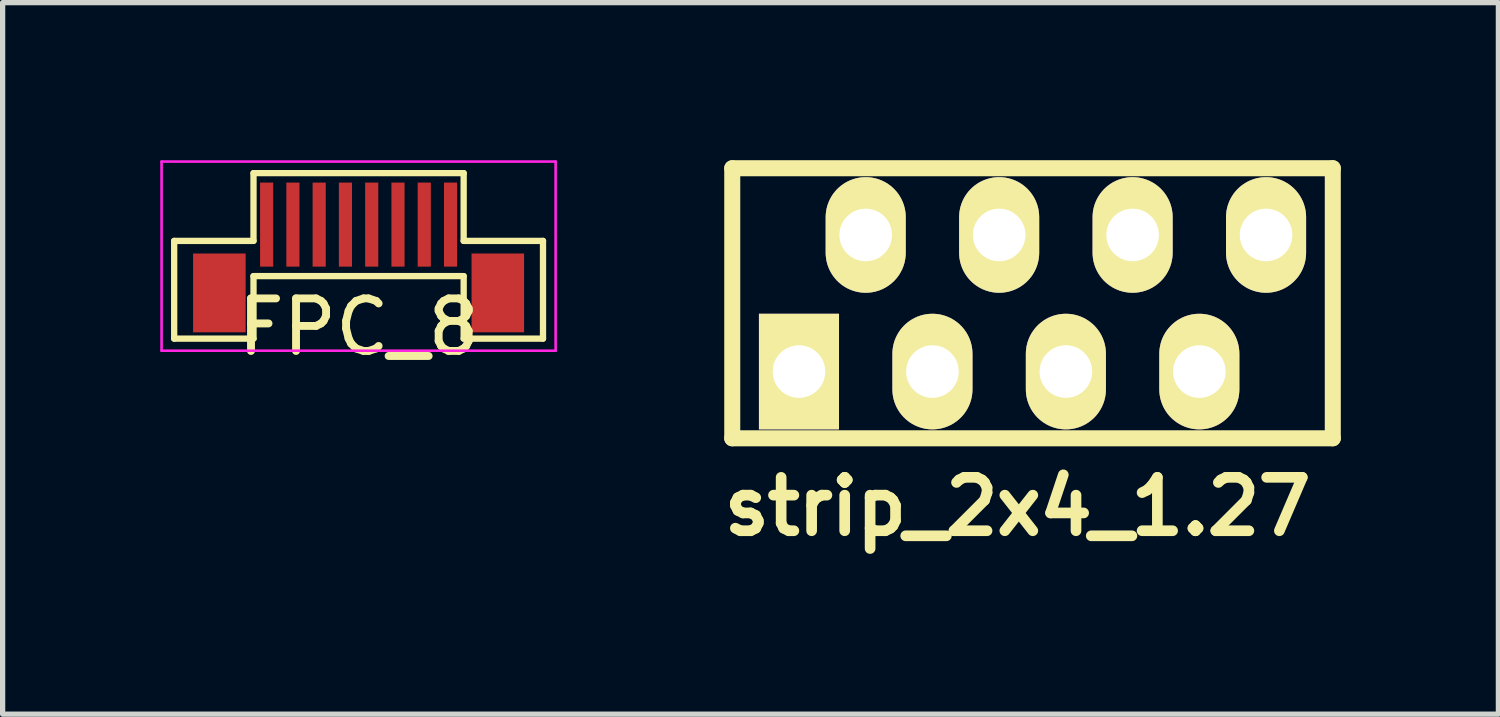
<source format=kicad_pcb>
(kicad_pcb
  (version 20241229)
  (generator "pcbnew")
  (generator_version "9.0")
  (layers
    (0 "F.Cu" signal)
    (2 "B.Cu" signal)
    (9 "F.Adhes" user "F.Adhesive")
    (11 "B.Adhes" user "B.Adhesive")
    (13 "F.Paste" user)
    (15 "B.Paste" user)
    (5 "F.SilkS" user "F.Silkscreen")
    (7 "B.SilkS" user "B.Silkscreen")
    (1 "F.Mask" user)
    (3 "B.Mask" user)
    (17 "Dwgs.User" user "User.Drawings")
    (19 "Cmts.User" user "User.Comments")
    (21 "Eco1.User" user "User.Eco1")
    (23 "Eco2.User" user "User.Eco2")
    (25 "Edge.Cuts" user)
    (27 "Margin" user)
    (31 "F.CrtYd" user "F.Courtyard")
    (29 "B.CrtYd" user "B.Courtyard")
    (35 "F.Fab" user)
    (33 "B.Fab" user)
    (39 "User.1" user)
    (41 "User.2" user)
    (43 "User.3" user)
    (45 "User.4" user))
  (footprint "strip_2x4_1.27"
    (layer "F.Cu")
    (at 12.157 4.022)
    (property "Reference" "strip_2x4_1.27" (at 4.16 2.57 0) (layer "F.SilkS") (effects (font (size 1.016 1.016) (thickness 0.203))))
    (attr through_hole)
    (fp_line (start -1.27 -3.87) (end 10.16 -3.87) (stroke (width 0.305) (type solid)) (layer "F.SilkS"))
    (fp_line (start -1.27 1.27) (end -1.27 -3.87) (stroke (width 0.305) (type solid)) (layer "F.SilkS"))
    (fp_line (start 10.16 -3.87) (end 10.16 1.27) (stroke (width 0.305) (type solid)) (layer "F.SilkS"))
    (fp_line (start 10.16 1.27) (end -1.27 1.27) (stroke (width 0.305) (type solid)) (layer "F.SilkS"))
    (pad "1" thru_hole rect (at 0 0) (size 1.524 2.2) (drill 1.001) (layers "*.Cu" "*.Mask" "F.SilkS"))
    (pad "2" thru_hole oval (at 1.27 -2.6) (size 1.524 2.2) (drill 1.001) (layers "*.Cu" "*.Mask" "F.SilkS"))
    (pad "3" thru_hole oval (at 2.54 0) (size 1.524 2.2) (drill 1.001) (layers "*.Cu" "*.Mask" "F.SilkS"))
    (pad "4" thru_hole oval (at 3.81 -2.6) (size 1.524 2.2) (drill 1.001) (layers "*.Cu" "*.Mask" "F.SilkS"))
    (pad "5" thru_hole oval (at 5.08 0) (size 1.524 2.2) (drill 1.001) (layers "*.Cu" "*.Mask" "F.SilkS"))
    (pad "6" thru_hole oval (at 6.35 -2.6) (size 1.524 2.2) (drill 1.001) (layers "*.Cu" "*.Mask" "F.SilkS"))
    (pad "7" thru_hole oval (at 7.62 0) (size 1.524 2.2) (drill 1.001) (layers "*.Cu" "*.Mask" "F.SilkS"))
    (pad "8" thru_hole oval (at 8.89 -2.6) (size 1.524 2.2) (drill 1.001) (layers "*.Cu" "*.Mask" "F.SilkS")))
  (footprint "FPC_8"
    (layer "F.Cu")
    (at 3.775 1.225)
    (property "Reference" "FPC_8" (at 0 1.95 0) (layer "F.SilkS") (effects (font (size 1 1) (thickness 0.15))))
    (attr smd)
    (fp_line (start -3.51 0.31) (end -2 0.31) (stroke (width 0.12) (type solid)) (layer "F.SilkS"))
    (fp_line (start -3.51 2.17) (end -3.51 0.31) (stroke (width 0.12) (type solid)) (layer "F.SilkS"))
    (fp_line (start -2 -0.98) (end 2 -0.98) (stroke (width 0.12) (type solid)) (layer "F.SilkS"))
    (fp_line (start -2 0.31) (end -2 -0.98) (stroke (width 0.12) (type solid)) (layer "F.SilkS"))
    (fp_line (start -2 0.98) (end -2 2.17) (stroke (width 0.12) (type solid)) (layer "F.SilkS"))
    (fp_line (start -2 0.98) (end 2 0.98) (stroke (width 0.12) (type solid)) (layer "F.SilkS"))
    (fp_line (start -2 2.17) (end -3.51 2.17) (stroke (width 0.12) (type solid)) (layer "F.SilkS"))
    (fp_line (start 2 0.31) (end 2 -0.98) (stroke (width 0.12) (type solid)) (layer "F.SilkS"))
    (fp_line (start 2 0.98) (end 2 2.17) (stroke (width 0.12) (type solid)) (layer "F.SilkS"))
    (fp_line (start 2 2.17) (end 3.51 2.17) (stroke (width 0.12) (type solid)) (layer "F.SilkS"))
    (fp_line (start 3.51 0.31) (end 2 0.31) (stroke (width 0.12) (type solid)) (layer "F.SilkS"))
    (fp_line (start 3.51 2.17) (end 3.51 0.31) (stroke (width 0.12) (type solid)) (layer "F.SilkS"))
    (fp_line (start -3.75 -1.2) (end -3.75 2.4) (stroke (width 0.05) (type solid)) (layer "F.CrtYd"))
    (fp_line (start -3.75 -1.2) (end 3.75 -1.2) (stroke (width 0.05) (type solid)) (layer "F.CrtYd"))
    (fp_line (start -3.75 2.4) (end 3.75 2.4) (stroke (width 0.05) (type solid)) (layer "F.CrtYd"))
    (fp_line (start 3.75 -1.2) (end 3.75 2.4) (stroke (width 0.05) (type solid)) (layer "F.CrtYd"))
    (pad "0" smd rect (at -2.65 1.3) (size 1 1.5) (layers "F.Cu" "F.Mask" "F.Paste"))
    (pad "0" smd rect (at 2.65 1.3) (size 1 1.5) (layers "F.Cu" "F.Mask" "F.Paste"))
    (pad "1" smd rect (at -1.75 0) (size 0.25 1.6) (layers "F.Cu" "F.Mask" "F.Paste"))
    (pad "2" smd rect (at -1.25 0) (size 0.25 1.6) (layers "F.Cu" "F.Mask" "F.Paste"))
    (pad "3" smd rect (at -0.75 0) (size 0.25 1.6) (layers "F.Cu" "F.Mask" "F.Paste"))
    (pad "4" smd rect (at -0.25 0) (size 0.25 1.6) (layers "F.Cu" "F.Mask" "F.Paste"))
    (pad "5" smd rect (at 0.25 0) (size 0.25 1.6) (layers "F.Cu" "F.Mask" "F.Paste"))
    (pad "6" smd rect (at 0.75 0) (size 0.25 1.6) (layers "F.Cu" "F.Mask" "F.Paste"))
    (pad "7" smd rect (at 1.25 0) (size 0.25 1.6) (layers "F.Cu" "F.Mask" "F.Paste"))
    (pad "8" smd rect (at 1.75 0) (size 0.25 1.6) (layers "F.Cu" "F.Mask" "F.Paste")))
  (gr_rect
    (start -3 -3)
    (end 25.469 10.543)
    (stroke (width 0.1) (type default))
    (fill no)
    (layer "Edge.Cuts")))
</source>
